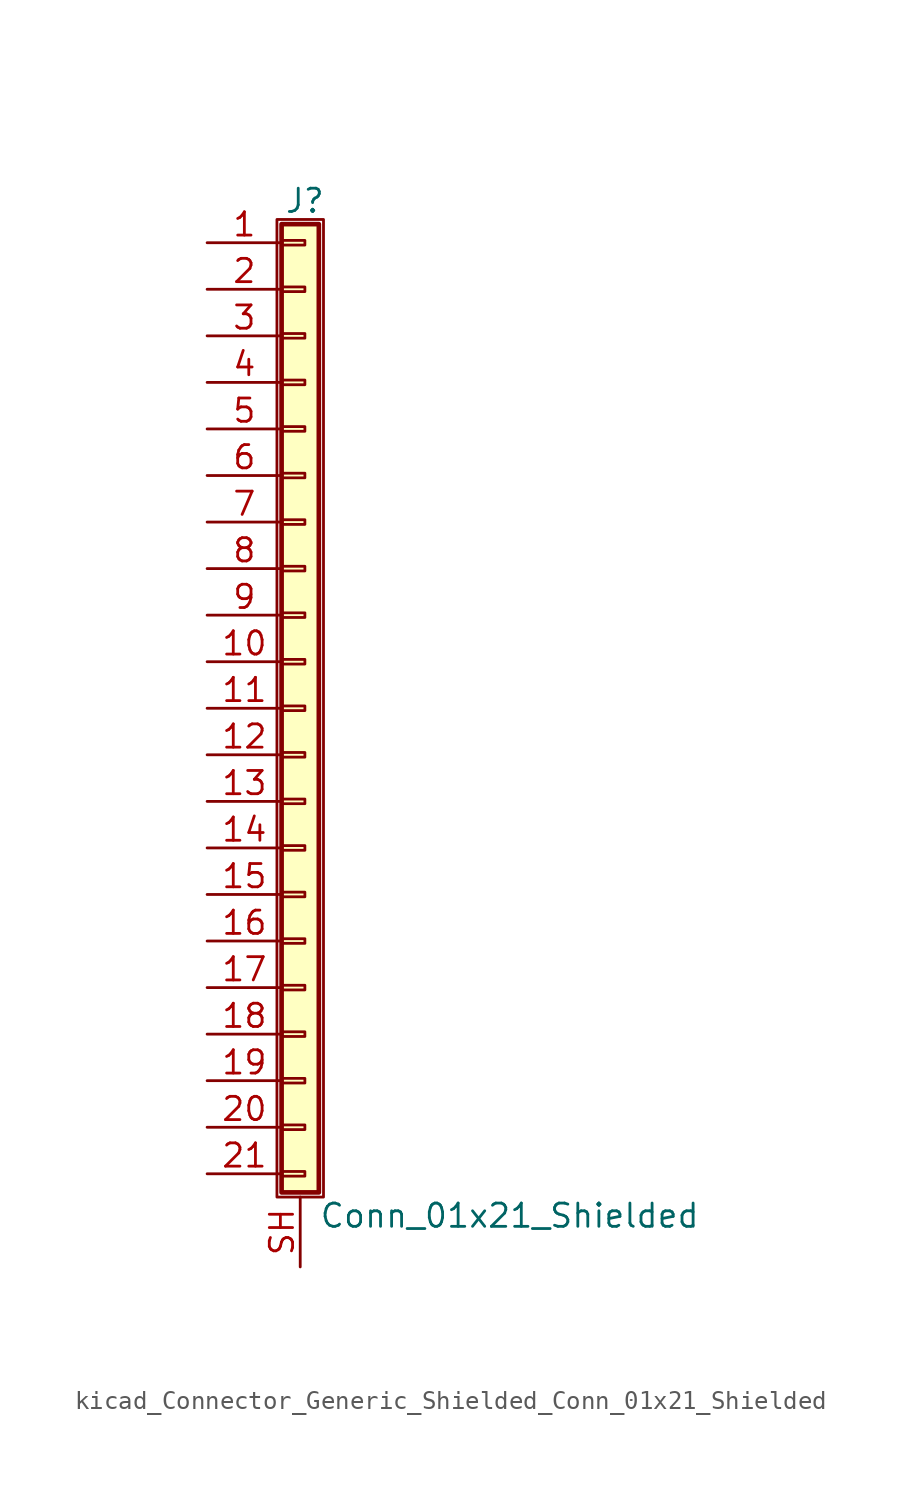
<source format=kicad_sym>
(kicad_symbol_lib
  (version 20220914)
  (generator kicad_symbol_editor)
  (symbol "kicad_Connector_Generic_Shielded_Conn_01x21_Shielded"
    (pin_names
      (offset 1.016) hide)
    (property "Reference" "J"
      (at 0.254 27.686 0)
      (effects (font (size 1.27 1.27))))
    (property "Value" "Conn_01x21_Shielded"
      (at 1.016 -27.686 0)
      (effects (font (size 1.27 1.27)) (justify left)))
    (symbol "kicad_Connector_Generic_Shielded_Conn_01x21_Shielded_1_1"
      (rectangle (start -1.27 26.67) (end 1.27 -26.67) (stroke (width 0.152) (type default)) (fill (type none)))
      (rectangle (start -1.016 -25.273) (end 0.254 -25.527) (stroke (width 0.152) (type default)) (fill (type none)))
      (rectangle (start -1.016 -22.733) (end 0.254 -22.987) (stroke (width 0.152) (type default)) (fill (type none)))
      (rectangle (start -1.016 -20.193) (end 0.254 -20.447) (stroke (width 0.152) (type default)) (fill (type none)))
      (rectangle (start -1.016 -17.653) (end 0.254 -17.907) (stroke (width 0.152) (type default)) (fill (type none)))
      (rectangle (start -1.016 -15.113) (end 0.254 -15.367) (stroke (width 0.152) (type default)) (fill (type none)))
      (rectangle (start -1.016 -12.573) (end 0.254 -12.827) (stroke (width 0.152) (type default)) (fill (type none)))
      (rectangle (start -1.016 -10.033) (end 0.254 -10.287) (stroke (width 0.152) (type default)) (fill (type none)))
      (rectangle (start -1.016 -7.493) (end 0.254 -7.747) (stroke (width 0.152) (type default)) (fill (type none)))
      (rectangle (start -1.016 -4.953) (end 0.254 -5.207) (stroke (width 0.152) (type default)) (fill (type none)))
      (rectangle (start -1.016 -2.413) (end 0.254 -2.667) (stroke (width 0.152) (type default)) (fill (type none)))
      (rectangle (start -1.016 0.127) (end 0.254 -0.127) (stroke (width 0.152) (type default)) (fill (type none)))
      (rectangle (start -1.016 2.667) (end 0.254 2.413) (stroke (width 0.152) (type default)) (fill (type none)))
      (rectangle (start -1.016 5.207) (end 0.254 4.953) (stroke (width 0.152) (type default)) (fill (type none)))
      (rectangle (start -1.016 7.747) (end 0.254 7.493) (stroke (width 0.152) (type default)) (fill (type none)))
      (rectangle (start -1.016 10.287) (end 0.254 10.033) (stroke (width 0.152) (type default)) (fill (type none)))
      (rectangle (start -1.016 12.827) (end 0.254 12.573) (stroke (width 0.152) (type default)) (fill (type none)))
      (rectangle (start -1.016 15.367) (end 0.254 15.113) (stroke (width 0.152) (type default)) (fill (type none)))
      (rectangle (start -1.016 17.907) (end 0.254 17.653) (stroke (width 0.152) (type default)) (fill (type none)))
      (rectangle (start -1.016 20.447) (end 0.254 20.193) (stroke (width 0.152) (type default)) (fill (type none)))
      (rectangle (start -1.016 22.987) (end 0.254 22.733) (stroke (width 0.152) (type default)) (fill (type none)))
      (rectangle (start -1.016 25.527) (end 0.254 25.273) (stroke (width 0.152) (type default)) (fill (type none)))
      (rectangle (start -1.016 26.416) (end 1.016 -26.416) (stroke (width 0.254) (type default)) (fill (type background)))
      (pin passive line (at -5.08 25.4 0) (length 4.064) (name "Pin_1" (effects (font (size 1.27 1.27)))) (number "1" (effects (font (size 1.27 1.27)))))
      (pin passive line (at -5.08 2.54 0) (length 4.064) (name "Pin_10" (effects (font (size 1.27 1.27)))) (number "10" (effects (font (size 1.27 1.27)))))
      (pin passive line (at -5.08 0 0) (length 4.064) (name "Pin_11" (effects (font (size 1.27 1.27)))) (number "11" (effects (font (size 1.27 1.27)))))
      (pin passive line (at -5.08 -2.54 0) (length 4.064) (name "Pin_12" (effects (font (size 1.27 1.27)))) (number "12" (effects (font (size 1.27 1.27)))))
      (pin passive line (at -5.08 -5.08 0) (length 4.064) (name "Pin_13" (effects (font (size 1.27 1.27)))) (number "13" (effects (font (size 1.27 1.27)))))
      (pin passive line (at -5.08 -7.62 0) (length 4.064) (name "Pin_14" (effects (font (size 1.27 1.27)))) (number "14" (effects (font (size 1.27 1.27)))))
      (pin passive line (at -5.08 -10.16 0) (length 4.064) (name "Pin_15" (effects (font (size 1.27 1.27)))) (number "15" (effects (font (size 1.27 1.27)))))
      (pin passive line (at -5.08 -12.7 0) (length 4.064) (name "Pin_16" (effects (font (size 1.27 1.27)))) (number "16" (effects (font (size 1.27 1.27)))))
      (pin passive line (at -5.08 -15.24 0) (length 4.064) (name "Pin_17" (effects (font (size 1.27 1.27)))) (number "17" (effects (font (size 1.27 1.27)))))
      (pin passive line (at -5.08 -17.78 0) (length 4.064) (name "Pin_18" (effects (font (size 1.27 1.27)))) (number "18" (effects (font (size 1.27 1.27)))))
      (pin passive line (at -5.08 -20.32 0) (length 4.064) (name "Pin_19" (effects (font (size 1.27 1.27)))) (number "19" (effects (font (size 1.27 1.27)))))
      (pin passive line (at -5.08 22.86 0) (length 4.064) (name "Pin_2" (effects (font (size 1.27 1.27)))) (number "2" (effects (font (size 1.27 1.27)))))
      (pin passive line (at -5.08 -22.86 0) (length 4.064) (name "Pin_20" (effects (font (size 1.27 1.27)))) (number "20" (effects (font (size 1.27 1.27)))))
      (pin passive line (at -5.08 -25.4 0) (length 4.064) (name "Pin_21" (effects (font (size 1.27 1.27)))) (number "21" (effects (font (size 1.27 1.27)))))
      (pin passive line (at -5.08 20.32 0) (length 4.064) (name "Pin_3" (effects (font (size 1.27 1.27)))) (number "3" (effects (font (size 1.27 1.27)))))
      (pin passive line (at -5.08 17.78 0) (length 4.064) (name "Pin_4" (effects (font (size 1.27 1.27)))) (number "4" (effects (font (size 1.27 1.27)))))
      (pin passive line (at -5.08 15.24 0) (length 4.064) (name "Pin_5" (effects (font (size 1.27 1.27)))) (number "5" (effects (font (size 1.27 1.27)))))
      (pin passive line (at -5.08 12.7 0) (length 4.064) (name "Pin_6" (effects (font (size 1.27 1.27)))) (number "6" (effects (font (size 1.27 1.27)))))
      (pin passive line (at -5.08 10.16 0) (length 4.064) (name "Pin_7" (effects (font (size 1.27 1.27)))) (number "7" (effects (font (size 1.27 1.27)))))
      (pin passive line (at -5.08 7.62 0) (length 4.064) (name "Pin_8" (effects (font (size 1.27 1.27)))) (number "8" (effects (font (size 1.27 1.27)))))
      (pin passive line (at -5.08 5.08 0) (length 4.064) (name "Pin_9" (effects (font (size 1.27 1.27)))) (number "9" (effects (font (size 1.27 1.27)))))
      (pin passive line (at 0 -30.48 90) (length 3.81) (name "Shield" (effects (font (size 1.27 1.27)))) (number "SH" (effects (font (size 1.27 1.27))))))))
</source>
